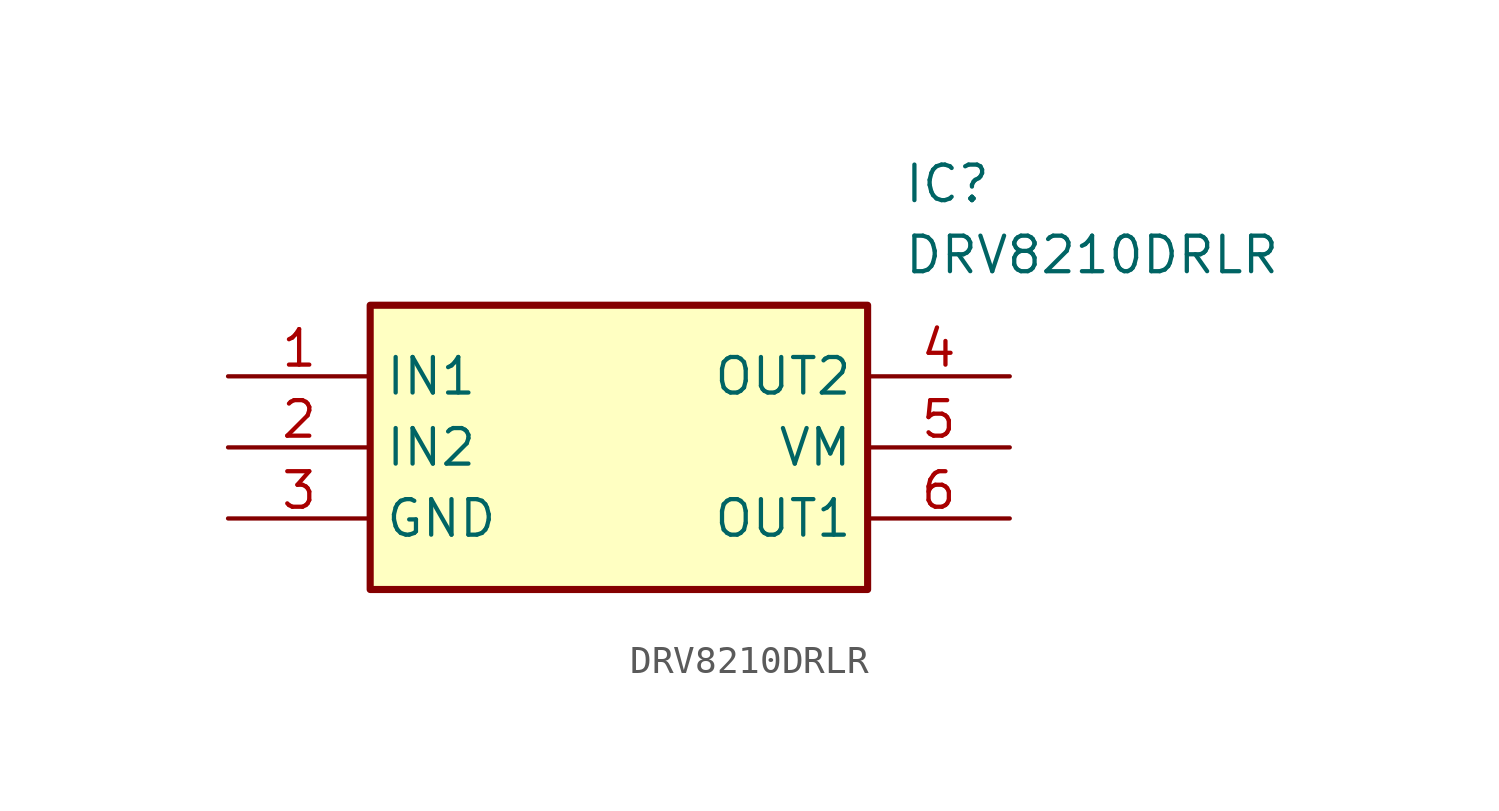
<source format=kicad_sym>
(kicad_symbol_lib
  (version 20220914)
  (generator kicad_symbol_editor)
  (symbol "DRV8210DRLR"
    (property "Reference" "IC"
      (at 24.13 7.62 0)
      (effects (font (size 1.27 1.27)) (justify left top)))
    (property "Value" "DRV8210DRLR"
      (at 24.13 5.08 0)
      (effects (font (size 1.27 1.27)) (justify left top)))
    (symbol "DRV8210DRLR_1_1"
      (rectangle (start 5.08 2.54) (end 22.86 -7.62) (stroke (width 0.254) (type default)) (fill (type background)))
      (pin passive line (at 0 0 0) (length 5.08) (name "IN1" (effects (font (size 1.27 1.27)))) (number "1" (effects (font (size 1.27 1.27)))))
      (pin passive line (at 0 -2.54 0) (length 5.08) (name "IN2" (effects (font (size 1.27 1.27)))) (number "2" (effects (font (size 1.27 1.27)))))
      (pin passive line (at 0 -5.08 0) (length 5.08) (name "GND" (effects (font (size 1.27 1.27)))) (number "3" (effects (font (size 1.27 1.27)))))
      (pin passive line (at 27.94 0 180) (length 5.08) (name "OUT2" (effects (font (size 1.27 1.27)))) (number "4" (effects (font (size 1.27 1.27)))))
      (pin passive line (at 27.94 -2.54 180) (length 5.08) (name "VM" (effects (font (size 1.27 1.27)))) (number "5" (effects (font (size 1.27 1.27)))))
      (pin passive line (at 27.94 -5.08 180) (length 5.08) (name "OUT1" (effects (font (size 1.27 1.27)))) (number "6" (effects (font (size 1.27 1.27))))))))
</source>
